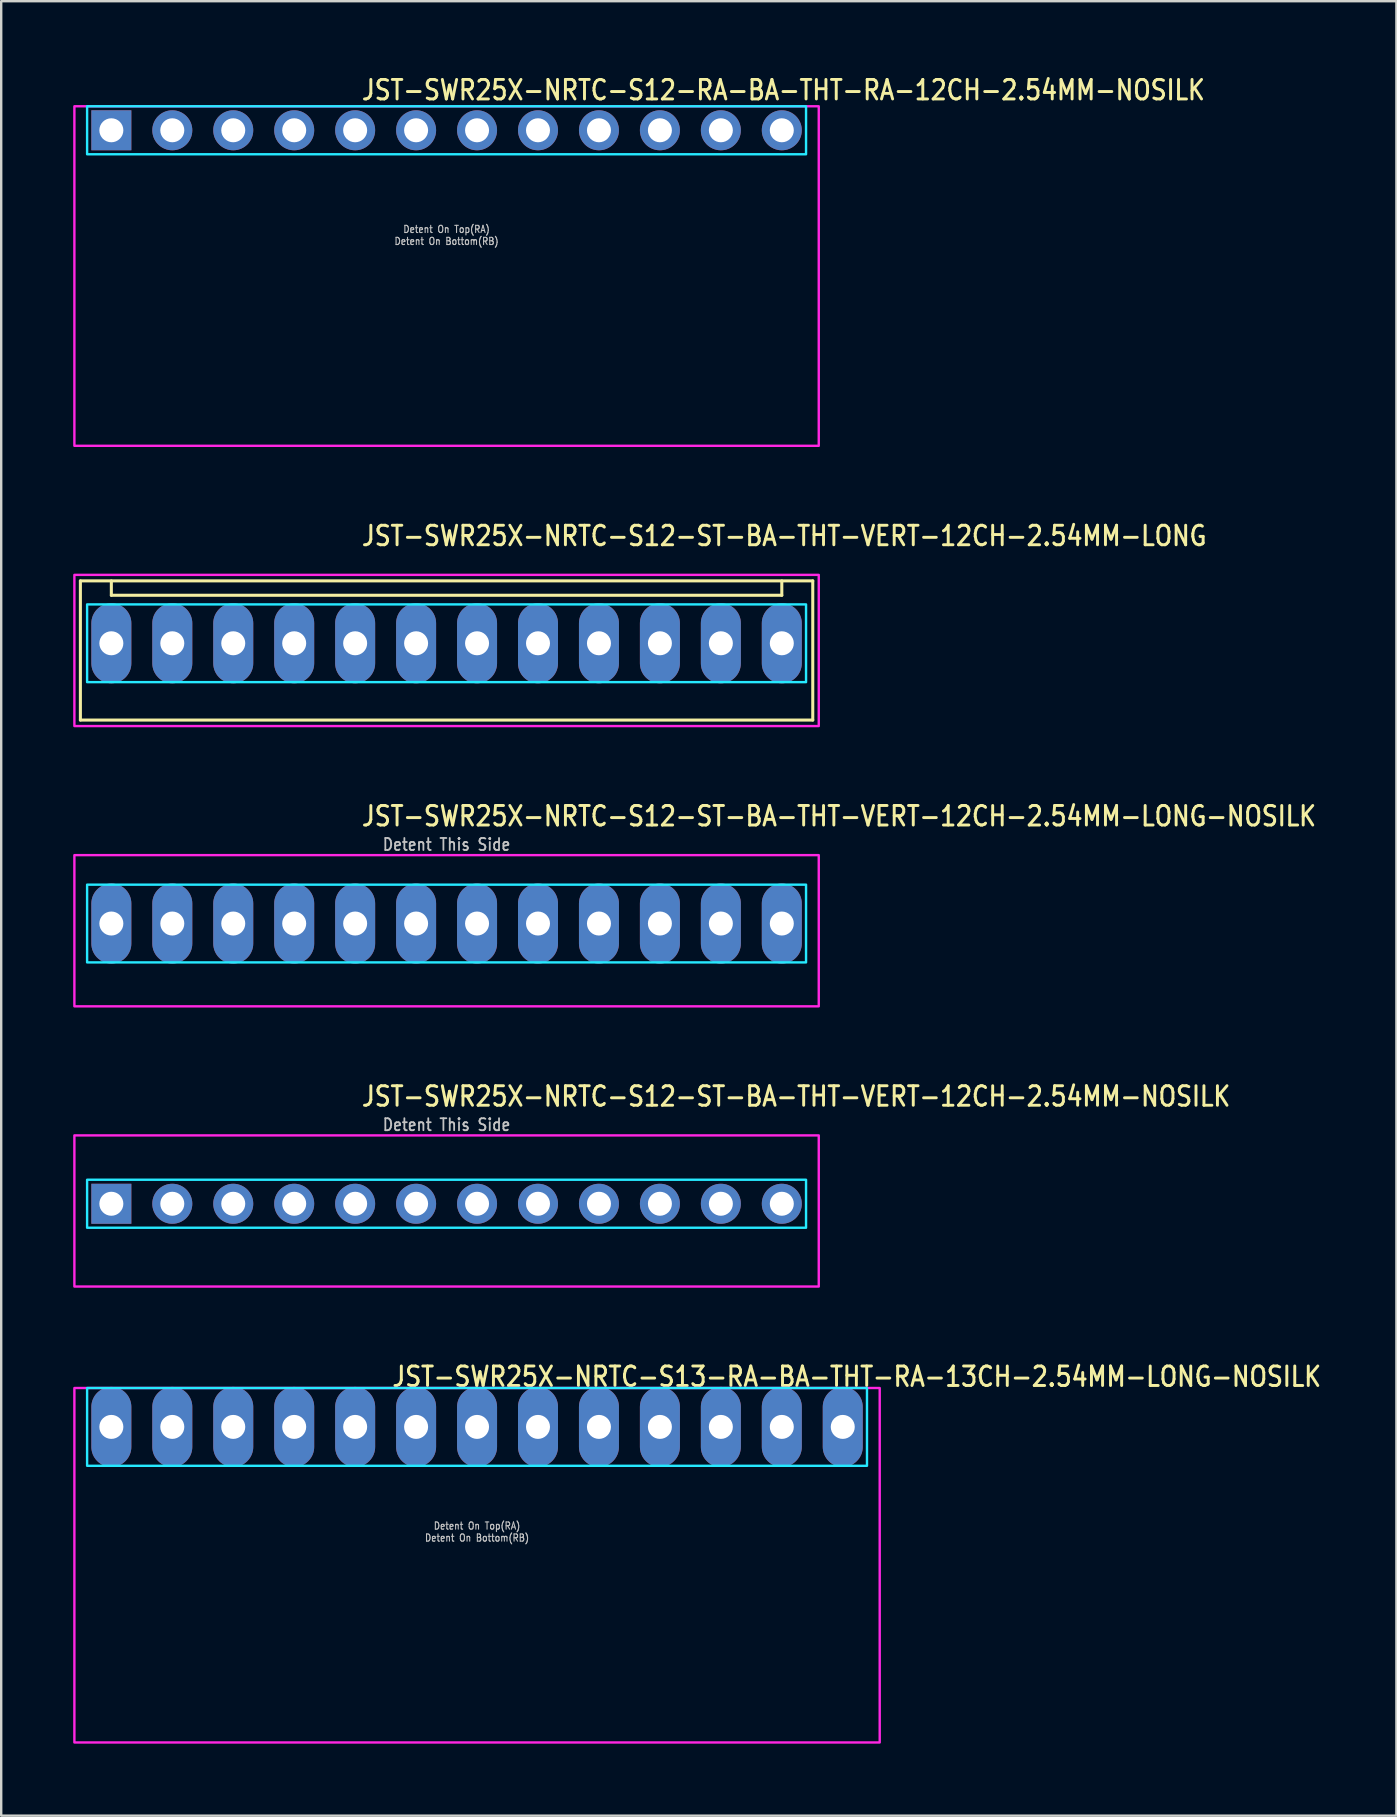
<source format=kicad_pcb>
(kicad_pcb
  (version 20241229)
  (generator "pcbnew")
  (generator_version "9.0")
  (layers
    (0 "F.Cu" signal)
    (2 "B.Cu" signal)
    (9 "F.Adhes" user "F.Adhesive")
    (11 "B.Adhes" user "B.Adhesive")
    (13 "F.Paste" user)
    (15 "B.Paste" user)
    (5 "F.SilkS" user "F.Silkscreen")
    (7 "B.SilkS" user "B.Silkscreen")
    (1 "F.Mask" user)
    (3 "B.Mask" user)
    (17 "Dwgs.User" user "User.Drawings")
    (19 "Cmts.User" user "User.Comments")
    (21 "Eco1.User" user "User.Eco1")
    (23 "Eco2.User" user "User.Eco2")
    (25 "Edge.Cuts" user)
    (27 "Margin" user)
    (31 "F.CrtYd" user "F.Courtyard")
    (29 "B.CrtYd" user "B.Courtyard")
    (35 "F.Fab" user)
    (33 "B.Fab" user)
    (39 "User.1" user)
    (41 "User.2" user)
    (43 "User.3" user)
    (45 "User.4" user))
  (footprint "JST-SWR25X-NRTC-S12-ST-BA-THT-VERT-12CH-2.54MM-NOSILK"
    (layer "F.Cu")
    (at 15.56 47.114)
    (property "Reference" "JST-SWR25X-NRTC-S12-ST-BA-THT-VERT-12CH-2.54MM-NOSILK" (at -3.6 -4 0) (unlocked yes) (layer "F.SilkS") (effects (font (size 0.813 0.695) (thickness 0.122)) (justify left bottom)))
    (fp_poly (pts (xy -14.98 -1) (xy -14.98 1) (xy 14.98 1) (xy 14.98 -1)) (stroke (width 0.1) (type solid)) (fill no) (layer "B.CrtYd"))
    (fp_poly (pts (xy -15.51 -2.85) (xy -15.51 3.45) (xy 15.51 3.45) (xy 15.51 -2.85)) (stroke (width 0.1) (type solid)) (fill no) (layer "F.CrtYd"))
    (fp_text user "Detent This Side" (at 0 -3 0) (unlocked yes) (layer "Dwgs.User") (effects (font (size 0.5 0.427) (thickness 0.075)) (justify bottom)))
    (pad "1" thru_hole rect (at -13.97 0) (size 1.667 1.667) (drill 1) (layers "*.Cu" "*.Mask"))
    (pad "2" thru_hole oval (at -11.43 0) (size 1.667 1.667) (drill 1) (layers "*.Cu" "*.Mask"))
    (pad "3" thru_hole oval (at -8.89 0) (size 1.667 1.667) (drill 1) (layers "*.Cu" "*.Mask"))
    (pad "4" thru_hole oval (at -6.35 0) (size 1.667 1.667) (drill 1) (layers "*.Cu" "*.Mask"))
    (pad "5" thru_hole oval (at -3.81 0) (size 1.667 1.667) (drill 1) (layers "*.Cu" "*.Mask"))
    (pad "6" thru_hole oval (at -1.27 0) (size 1.667 1.667) (drill 1) (layers "*.Cu" "*.Mask"))
    (pad "7" thru_hole oval (at 1.27 0) (size 1.667 1.667) (drill 1) (layers "*.Cu" "*.Mask"))
    (pad "8" thru_hole oval (at 3.81 0) (size 1.667 1.667) (drill 1) (layers "*.Cu" "*.Mask"))
    (pad "9" thru_hole oval (at 6.35 0) (size 1.667 1.667) (drill 1) (layers "*.Cu" "*.Mask"))
    (pad "10" thru_hole oval (at 8.89 0) (size 1.667 1.667) (drill 1) (layers "*.Cu" "*.Mask"))
    (pad "11" thru_hole oval (at 11.43 0) (size 1.667 1.667) (drill 1) (layers "*.Cu" "*.Mask"))
    (pad "12" thru_hole oval (at 13.97 0) (size 1.667 1.667) (drill 1) (layers "*.Cu" "*.Mask")))
  (footprint "JST-SWR25X-NRTC-S12-ST-BA-THT-VERT-12CH-2.54MM-LONG"
    (layer "F.Cu")
    (at 15.56 23.757)
    (property "Reference" "JST-SWR25X-NRTC-S12-ST-BA-THT-VERT-12CH-2.54MM-LONG" (at -3.6 -4 0) (unlocked yes) (layer "F.SilkS") (effects (font (size 0.813 0.695) (thickness 0.122)) (justify left bottom)))
    (fp_line (start -15.26 -2.6) (end 15.26 -2.6) (stroke (width 0.127) (type solid)) (layer "F.SilkS"))
    (fp_line (start -15.26 3.2) (end -15.26 -2.6) (stroke (width 0.127) (type solid)) (layer "F.SilkS"))
    (fp_line (start -15.26 3.2) (end 15.26 3.2) (stroke (width 0.127) (type solid)) (layer "F.SilkS"))
    (fp_line (start -13.97 -2.6) (end -13.97 -2) (stroke (width 0.127) (type solid)) (layer "F.SilkS"))
    (fp_line (start -13.97 -2) (end 13.97 -2) (stroke (width 0.127) (type solid)) (layer "F.SilkS"))
    (fp_line (start 13.97 -2.6) (end 13.97 -2) (stroke (width 0.127) (type solid)) (layer "F.SilkS"))
    (fp_line (start 15.26 -2.6) (end 15.26 3.2) (stroke (width 0.127) (type solid)) (layer "F.SilkS"))
    (fp_poly (pts (xy -14.98 -1.62) (xy -14.98 1.62) (xy 14.98 1.62) (xy 14.98 -1.62)) (stroke (width 0.1) (type solid)) (fill no) (layer "B.CrtYd"))
    (fp_poly (pts (xy -15.51 -2.85) (xy -15.51 3.45) (xy 15.51 3.45) (xy 15.51 -2.85)) (stroke (width 0.1) (type solid)) (fill no) (layer "F.CrtYd"))
    (pad "P$1" thru_hole oval (at -13.97 0 90) (size 3.333 1.667) (drill 1) (layers "*.Cu" "*.Mask"))
    (pad "P$2" thru_hole oval (at -11.43 0 90) (size 3.333 1.667) (drill 1) (layers "*.Cu" "*.Mask"))
    (pad "P$3" thru_hole oval (at -8.89 0 90) (size 3.333 1.667) (drill 1) (layers "*.Cu" "*.Mask"))
    (pad "P$4" thru_hole oval (at -6.35 0 90) (size 3.333 1.667) (drill 1) (layers "*.Cu" "*.Mask"))
    (pad "P$5" thru_hole oval (at -3.81 0 90) (size 3.333 1.667) (drill 1) (layers "*.Cu" "*.Mask"))
    (pad "P$6" thru_hole oval (at -1.27 0 90) (size 3.333 1.667) (drill 1) (layers "*.Cu" "*.Mask"))
    (pad "P$7" thru_hole oval (at 1.27 0 90) (size 3.333 1.667) (drill 1) (layers "*.Cu" "*.Mask"))
    (pad "P$8" thru_hole oval (at 3.81 0 90) (size 3.333 1.667) (drill 1) (layers "*.Cu" "*.Mask"))
    (pad "P$9" thru_hole oval (at 6.35 0 90) (size 3.333 1.667) (drill 1) (layers "*.Cu" "*.Mask"))
    (pad "P$10" thru_hole oval (at 8.89 0 90) (size 3.333 1.667) (drill 1) (layers "*.Cu" "*.Mask"))
    (pad "P$11" thru_hole oval (at 11.43 0 90) (size 3.333 1.667) (drill 1) (layers "*.Cu" "*.Mask"))
    (pad "P$12" thru_hole oval (at 13.97 0 90) (size 3.333 1.667) (drill 1) (layers "*.Cu" "*.Mask")))
  (footprint "JST-SWR25X-NRTC-S13-RA-BA-THT-RA-13CH-2.54MM-LONG-NOSILK"
    (layer "F.Cu")
    (at 16.83 56.413)
    (property "Reference" "JST-SWR25X-NRTC-S13-RA-BA-THT-RA-13CH-2.54MM-LONG-NOSILK" (at -3.6 -1.62 0) (unlocked yes) (layer "F.SilkS") (effects (font (size 0.813 0.695) (thickness 0.122)) (justify left bottom)))
    (fp_poly (pts (xy -16.25 -1.62) (xy -16.25 1.62) (xy 16.25 1.62) (xy 16.25 -1.62)) (stroke (width 0.1) (type solid)) (fill no) (layer "B.CrtYd"))
    (fp_poly (pts (xy -16.78 -1.62) (xy -16.78 13.15) (xy 16.78 13.15) (xy 16.78 -1.62)) (stroke (width 0.1) (type solid)) (fill no) (layer "F.CrtYd"))
    (fp_text user "Detent On Top(RA)" (at 0 4.3 0) (unlocked yes) (layer "Dwgs.User") (effects (font (size 0.3 0.257) (thickness 0.045)) (justify bottom)))
    (fp_text user "Detent On Bottom(RB)" (at 0 4.8 0) (unlocked yes) (layer "Dwgs.User") (effects (font (size 0.3 0.257) (thickness 0.045)) (justify bottom)))
    (pad "1" thru_hole oval (at -15.24 0 90) (size 3.333 1.667) (drill 1) (layers "*.Cu" "*.Mask"))
    (pad "2" thru_hole oval (at -12.7 0 90) (size 3.333 1.667) (drill 1) (layers "*.Cu" "*.Mask"))
    (pad "3" thru_hole oval (at -10.16 0 90) (size 3.333 1.667) (drill 1) (layers "*.Cu" "*.Mask"))
    (pad "4" thru_hole oval (at -7.62 0 90) (size 3.333 1.667) (drill 1) (layers "*.Cu" "*.Mask"))
    (pad "5" thru_hole oval (at -5.08 0 90) (size 3.333 1.667) (drill 1) (layers "*.Cu" "*.Mask"))
    (pad "6" thru_hole oval (at -2.54 0 90) (size 3.333 1.667) (drill 1) (layers "*.Cu" "*.Mask"))
    (pad "7" thru_hole oval (at 0 0 90) (size 3.333 1.667) (drill 1) (layers "*.Cu" "*.Mask"))
    (pad "8" thru_hole oval (at 2.54 0 90) (size 3.333 1.667) (drill 1) (layers "*.Cu" "*.Mask"))
    (pad "9" thru_hole oval (at 5.08 0 90) (size 3.333 1.667) (drill 1) (layers "*.Cu" "*.Mask"))
    (pad "10" thru_hole oval (at 7.62 0 90) (size 3.333 1.667) (drill 1) (layers "*.Cu" "*.Mask"))
    (pad "11" thru_hole oval (at 10.16 0 90) (size 3.333 1.667) (drill 1) (layers "*.Cu" "*.Mask"))
    (pad "12" thru_hole oval (at 12.7 0 90) (size 3.333 1.667) (drill 1) (layers "*.Cu" "*.Mask"))
    (pad "13" thru_hole oval (at 15.24 0 90) (size 3.333 1.667) (drill 1) (layers "*.Cu" "*.Mask")))
  (footprint "JST-SWR25X-NRTC-S12-RA-BA-THT-RA-12CH-2.54MM-NOSILK"
    (layer "F.Cu")
    (at 15.56 2.379)
    (property "Reference" "JST-SWR25X-NRTC-S12-RA-BA-THT-RA-12CH-2.54MM-NOSILK" (at -3.6 -1.2 0) (unlocked yes) (layer "F.SilkS") (effects (font (size 0.813 0.695) (thickness 0.122)) (justify left bottom)))
    (fp_poly (pts (xy -14.98 -1) (xy -14.98 1) (xy 14.98 1) (xy 14.98 -1)) (stroke (width 0.1) (type solid)) (fill no) (layer "B.CrtYd"))
    (fp_poly (pts (xy -15.51 -1) (xy -15.51 13.15) (xy 15.51 13.15) (xy 15.51 -1)) (stroke (width 0.1) (type solid)) (fill no) (layer "F.CrtYd"))
    (fp_text user "Detent On Top(RA)" (at 0 4.3 0) (unlocked yes) (layer "Dwgs.User") (effects (font (size 0.3 0.257) (thickness 0.045)) (justify bottom)))
    (fp_text user "Detent On Bottom(RB)" (at 0 4.8 0) (unlocked yes) (layer "Dwgs.User") (effects (font (size 0.3 0.257) (thickness 0.045)) (justify bottom)))
    (pad "P$1" thru_hole rect (at -13.97 0) (size 1.667 1.667) (drill 1) (layers "*.Cu" "*.Mask"))
    (pad "P$2" thru_hole oval (at -11.43 0) (size 1.667 1.667) (drill 1) (layers "*.Cu" "*.Mask"))
    (pad "P$3" thru_hole oval (at -8.89 0) (size 1.667 1.667) (drill 1) (layers "*.Cu" "*.Mask"))
    (pad "P$4" thru_hole oval (at -6.35 0) (size 1.667 1.667) (drill 1) (layers "*.Cu" "*.Mask"))
    (pad "P$5" thru_hole oval (at -3.81 0) (size 1.667 1.667) (drill 1) (layers "*.Cu" "*.Mask"))
    (pad "P$6" thru_hole oval (at -1.27 0) (size 1.667 1.667) (drill 1) (layers "*.Cu" "*.Mask"))
    (pad "P$7" thru_hole oval (at 1.27 0) (size 1.667 1.667) (drill 1) (layers "*.Cu" "*.Mask"))
    (pad "P$8" thru_hole oval (at 3.81 0) (size 1.667 1.667) (drill 1) (layers "*.Cu" "*.Mask"))
    (pad "P$9" thru_hole oval (at 6.35 0) (size 1.667 1.667) (drill 1) (layers "*.Cu" "*.Mask"))
    (pad "P$10" thru_hole oval (at 8.89 0) (size 1.667 1.667) (drill 1) (layers "*.Cu" "*.Mask"))
    (pad "P$11" thru_hole oval (at 11.43 0) (size 1.667 1.667) (drill 1) (layers "*.Cu" "*.Mask"))
    (pad "P$12" thru_hole oval (at 13.97 0) (size 1.667 1.667) (drill 1) (layers "*.Cu" "*.Mask")))
  (footprint "JST-SWR25X-NRTC-S12-ST-BA-THT-VERT-12CH-2.54MM-LONG-NOSILK"
    (layer "F.Cu")
    (at 15.56 35.436)
    (property "Reference" "JST-SWR25X-NRTC-S12-ST-BA-THT-VERT-12CH-2.54MM-LONG-NOSILK" (at -3.6 -4 0) (unlocked yes) (layer "F.SilkS") (effects (font (size 0.813 0.695) (thickness 0.122)) (justify left bottom)))
    (fp_poly (pts (xy -14.98 -1.62) (xy -14.98 1.62) (xy 14.98 1.62) (xy 14.98 -1.62)) (stroke (width 0.1) (type solid)) (fill no) (layer "B.CrtYd"))
    (fp_poly (pts (xy -15.51 -2.85) (xy -15.51 3.45) (xy 15.51 3.45) (xy 15.51 -2.85)) (stroke (width 0.1) (type solid)) (fill no) (layer "F.CrtYd"))
    (fp_text user "Detent This Side" (at 0 -3 0) (unlocked yes) (layer "Dwgs.User") (effects (font (size 0.5 0.427) (thickness 0.075)) (justify bottom)))
    (pad "1" thru_hole oval (at -13.97 0 90) (size 3.333 1.667) (drill 1) (layers "*.Cu" "*.Mask"))
    (pad "2" thru_hole oval (at -11.43 0 90) (size 3.333 1.667) (drill 1) (layers "*.Cu" "*.Mask"))
    (pad "3" thru_hole oval (at -8.89 0 90) (size 3.333 1.667) (drill 1) (layers "*.Cu" "*.Mask"))
    (pad "4" thru_hole oval (at -6.35 0 90) (size 3.333 1.667) (drill 1) (layers "*.Cu" "*.Mask"))
    (pad "5" thru_hole oval (at -3.81 0 90) (size 3.333 1.667) (drill 1) (layers "*.Cu" "*.Mask"))
    (pad "6" thru_hole oval (at -1.27 0 90) (size 3.333 1.667) (drill 1) (layers "*.Cu" "*.Mask"))
    (pad "7" thru_hole oval (at 1.27 0 90) (size 3.333 1.667) (drill 1) (layers "*.Cu" "*.Mask"))
    (pad "8" thru_hole oval (at 3.81 0 90) (size 3.333 1.667) (drill 1) (layers "*.Cu" "*.Mask"))
    (pad "9" thru_hole oval (at 6.35 0 90) (size 3.333 1.667) (drill 1) (layers "*.Cu" "*.Mask"))
    (pad "10" thru_hole oval (at 8.89 0 90) (size 3.333 1.667) (drill 1) (layers "*.Cu" "*.Mask"))
    (pad "11" thru_hole oval (at 11.43 0 90) (size 3.333 1.667) (drill 1) (layers "*.Cu" "*.Mask"))
    (pad "12" thru_hole oval (at 13.97 0 90) (size 3.333 1.667) (drill 1) (layers "*.Cu" "*.Mask")))
  (gr_rect
    (start -3 -3)
    (end 55.142 72.613)
    (stroke (width 0.1) (type default))
    (fill no)
    (layer "Edge.Cuts")))
</source>
